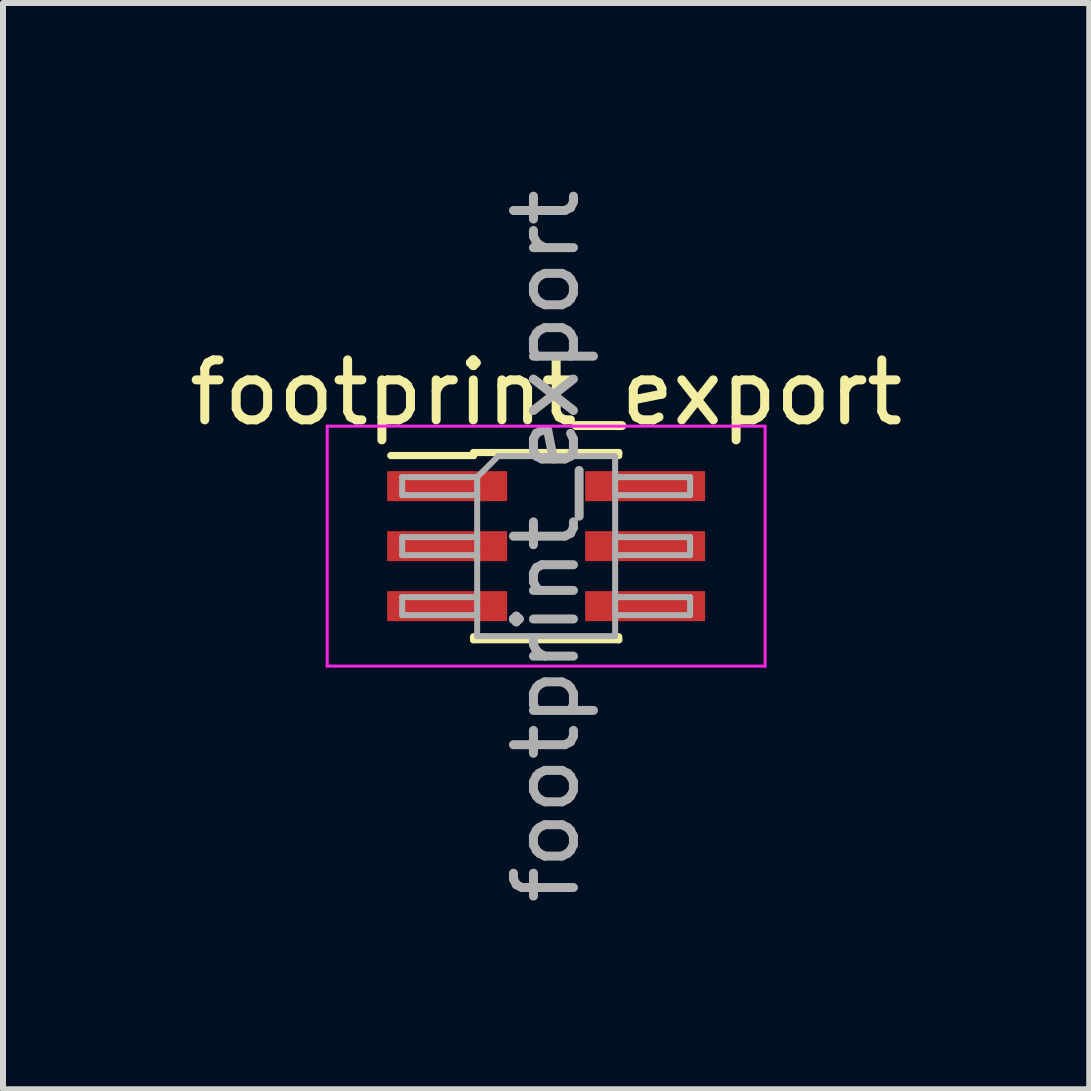
<source format=kicad_pcb>
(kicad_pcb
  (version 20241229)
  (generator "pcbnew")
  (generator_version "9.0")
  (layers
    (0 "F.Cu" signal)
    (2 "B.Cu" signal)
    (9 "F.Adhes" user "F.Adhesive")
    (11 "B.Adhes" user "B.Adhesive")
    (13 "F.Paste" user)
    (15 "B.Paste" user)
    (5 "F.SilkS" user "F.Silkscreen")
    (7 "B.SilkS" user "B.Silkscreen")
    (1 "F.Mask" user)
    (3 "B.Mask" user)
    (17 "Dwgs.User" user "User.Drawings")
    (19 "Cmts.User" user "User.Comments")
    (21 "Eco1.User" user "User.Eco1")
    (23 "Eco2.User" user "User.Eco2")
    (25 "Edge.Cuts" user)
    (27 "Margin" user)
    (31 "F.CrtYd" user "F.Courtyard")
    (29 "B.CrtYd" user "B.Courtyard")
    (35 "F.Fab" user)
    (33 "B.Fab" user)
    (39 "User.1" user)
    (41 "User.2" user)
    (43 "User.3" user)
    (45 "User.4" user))
  (footprint "footprint_export"
    (layer "F.Cu")
    (at 6.054 6.054)
    (property "Reference" "footprint_export" (at 0 -2.56 0) (layer "F.SilkS") (effects (font (size 1 1) (thickness 0.15))))
    (attr smd)
    (fp_line (start -2.59 -1.51) (end -1.21 -1.51) (stroke (width 0.12) (type solid)) (layer "F.SilkS"))
    (fp_line (start -1.21 -1.56) (end -1.21 -1.51) (stroke (width 0.12) (type solid)) (layer "F.SilkS"))
    (fp_line (start -1.21 -1.56) (end 1.21 -1.56) (stroke (width 0.12) (type solid)) (layer "F.SilkS"))
    (fp_line (start -1.21 1.51) (end -1.21 1.56) (stroke (width 0.12) (type solid)) (layer "F.SilkS"))
    (fp_line (start -1.21 1.56) (end 1.21 1.56) (stroke (width 0.12) (type solid)) (layer "F.SilkS"))
    (fp_line (start 1.21 -1.56) (end 1.21 -1.51) (stroke (width 0.12) (type solid)) (layer "F.SilkS"))
    (fp_line (start 1.21 1.51) (end 1.21 1.56) (stroke (width 0.12) (type solid)) (layer "F.SilkS"))
    (fp_line (start -3.65 -2) (end -3.65 2) (stroke (width 0.05) (type solid)) (layer "F.CrtYd"))
    (fp_line (start -3.65 2) (end 3.65 2) (stroke (width 0.05) (type solid)) (layer "F.CrtYd"))
    (fp_line (start 3.65 -2) (end -3.65 -2) (stroke (width 0.05) (type solid)) (layer "F.CrtYd"))
    (fp_line (start 3.65 2) (end 3.65 -2) (stroke (width 0.05) (type solid)) (layer "F.CrtYd"))
    (fp_line (start -2.4 -1.15) (end -2.4 -0.85) (stroke (width 0.1) (type solid)) (layer "F.Fab"))
    (fp_line (start -2.4 -0.85) (end -1.15 -0.85) (stroke (width 0.1) (type solid)) (layer "F.Fab"))
    (fp_line (start -2.4 -0.15) (end -2.4 0.15) (stroke (width 0.1) (type solid)) (layer "F.Fab"))
    (fp_line (start -2.4 0.15) (end -1.15 0.15) (stroke (width 0.1) (type solid)) (layer "F.Fab"))
    (fp_line (start -2.4 0.85) (end -2.4 1.15) (stroke (width 0.1) (type solid)) (layer "F.Fab"))
    (fp_line (start -2.4 1.15) (end -1.15 1.15) (stroke (width 0.1) (type solid)) (layer "F.Fab"))
    (fp_line (start -1.15 -1.15) (end -2.4 -1.15) (stroke (width 0.1) (type solid)) (layer "F.Fab"))
    (fp_line (start -1.15 -1.15) (end -0.8 -1.5) (stroke (width 0.1) (type solid)) (layer "F.Fab"))
    (fp_line (start -1.15 -0.15) (end -2.4 -0.15) (stroke (width 0.1) (type solid)) (layer "F.Fab"))
    (fp_line (start -1.15 0.85) (end -2.4 0.85) (stroke (width 0.1) (type solid)) (layer "F.Fab"))
    (fp_line (start -1.15 1.5) (end -1.15 -1.15) (stroke (width 0.1) (type solid)) (layer "F.Fab"))
    (fp_line (start -0.8 -1.5) (end 1.15 -1.5) (stroke (width 0.1) (type solid)) (layer "F.Fab"))
    (fp_line (start 1.15 -1.5) (end 1.15 1.5) (stroke (width 0.1) (type solid)) (layer "F.Fab"))
    (fp_line (start 1.15 -1.15) (end 2.4 -1.15) (stroke (width 0.1) (type solid)) (layer "F.Fab"))
    (fp_line (start 1.15 -0.15) (end 2.4 -0.15) (stroke (width 0.1) (type solid)) (layer "F.Fab"))
    (fp_line (start 1.15 0.85) (end 2.4 0.85) (stroke (width 0.1) (type solid)) (layer "F.Fab"))
    (fp_line (start 1.15 1.5) (end -1.15 1.5) (stroke (width 0.1) (type solid)) (layer "F.Fab"))
    (fp_line (start 2.4 -1.15) (end 2.4 -0.85) (stroke (width 0.1) (type solid)) (layer "F.Fab"))
    (fp_line (start 2.4 -0.85) (end 1.15 -0.85) (stroke (width 0.1) (type solid)) (layer "F.Fab"))
    (fp_line (start 2.4 -0.15) (end 2.4 0.15) (stroke (width 0.1) (type solid)) (layer "F.Fab"))
    (fp_line (start 2.4 0.15) (end 1.15 0.15) (stroke (width 0.1) (type solid)) (layer "F.Fab"))
    (fp_line (start 2.4 0.85) (end 2.4 1.15) (stroke (width 0.1) (type solid)) (layer "F.Fab"))
    (fp_line (start 2.4 1.15) (end 1.15 1.15) (stroke (width 0.1) (type solid)) (layer "F.Fab"))
    (fp_text user "${REFERENCE}" (at 0 0 90) (layer "F.Fab") (effects (font (size 1 1) (thickness 0.15))))
    (pad "1" smd rect (at -1.65 -1) (size 2 0.5) (layers "F.Cu" "F.Mask" "F.Paste"))
    (pad "2" smd rect (at 1.65 -1) (size 2 0.5) (layers "F.Cu" "F.Mask" "F.Paste"))
    (pad "3" smd rect (at -1.65 0) (size 2 0.5) (layers "F.Cu" "F.Mask" "F.Paste"))
    (pad "4" smd rect (at 1.65 0) (size 2 0.5) (layers "F.Cu" "F.Mask" "F.Paste"))
    (pad "5" smd rect (at -1.65 1) (size 2 0.5) (layers "F.Cu" "F.Mask" "F.Paste"))
    (pad "6" smd rect (at 1.65 1) (size 2 0.5) (layers "F.Cu" "F.Mask" "F.Paste")))
  (gr_rect
    (start -3 -3)
    (end 15.107 15.107)
    (stroke (width 0.1) (type default))
    (fill no)
    (layer "Edge.Cuts")))
</source>
